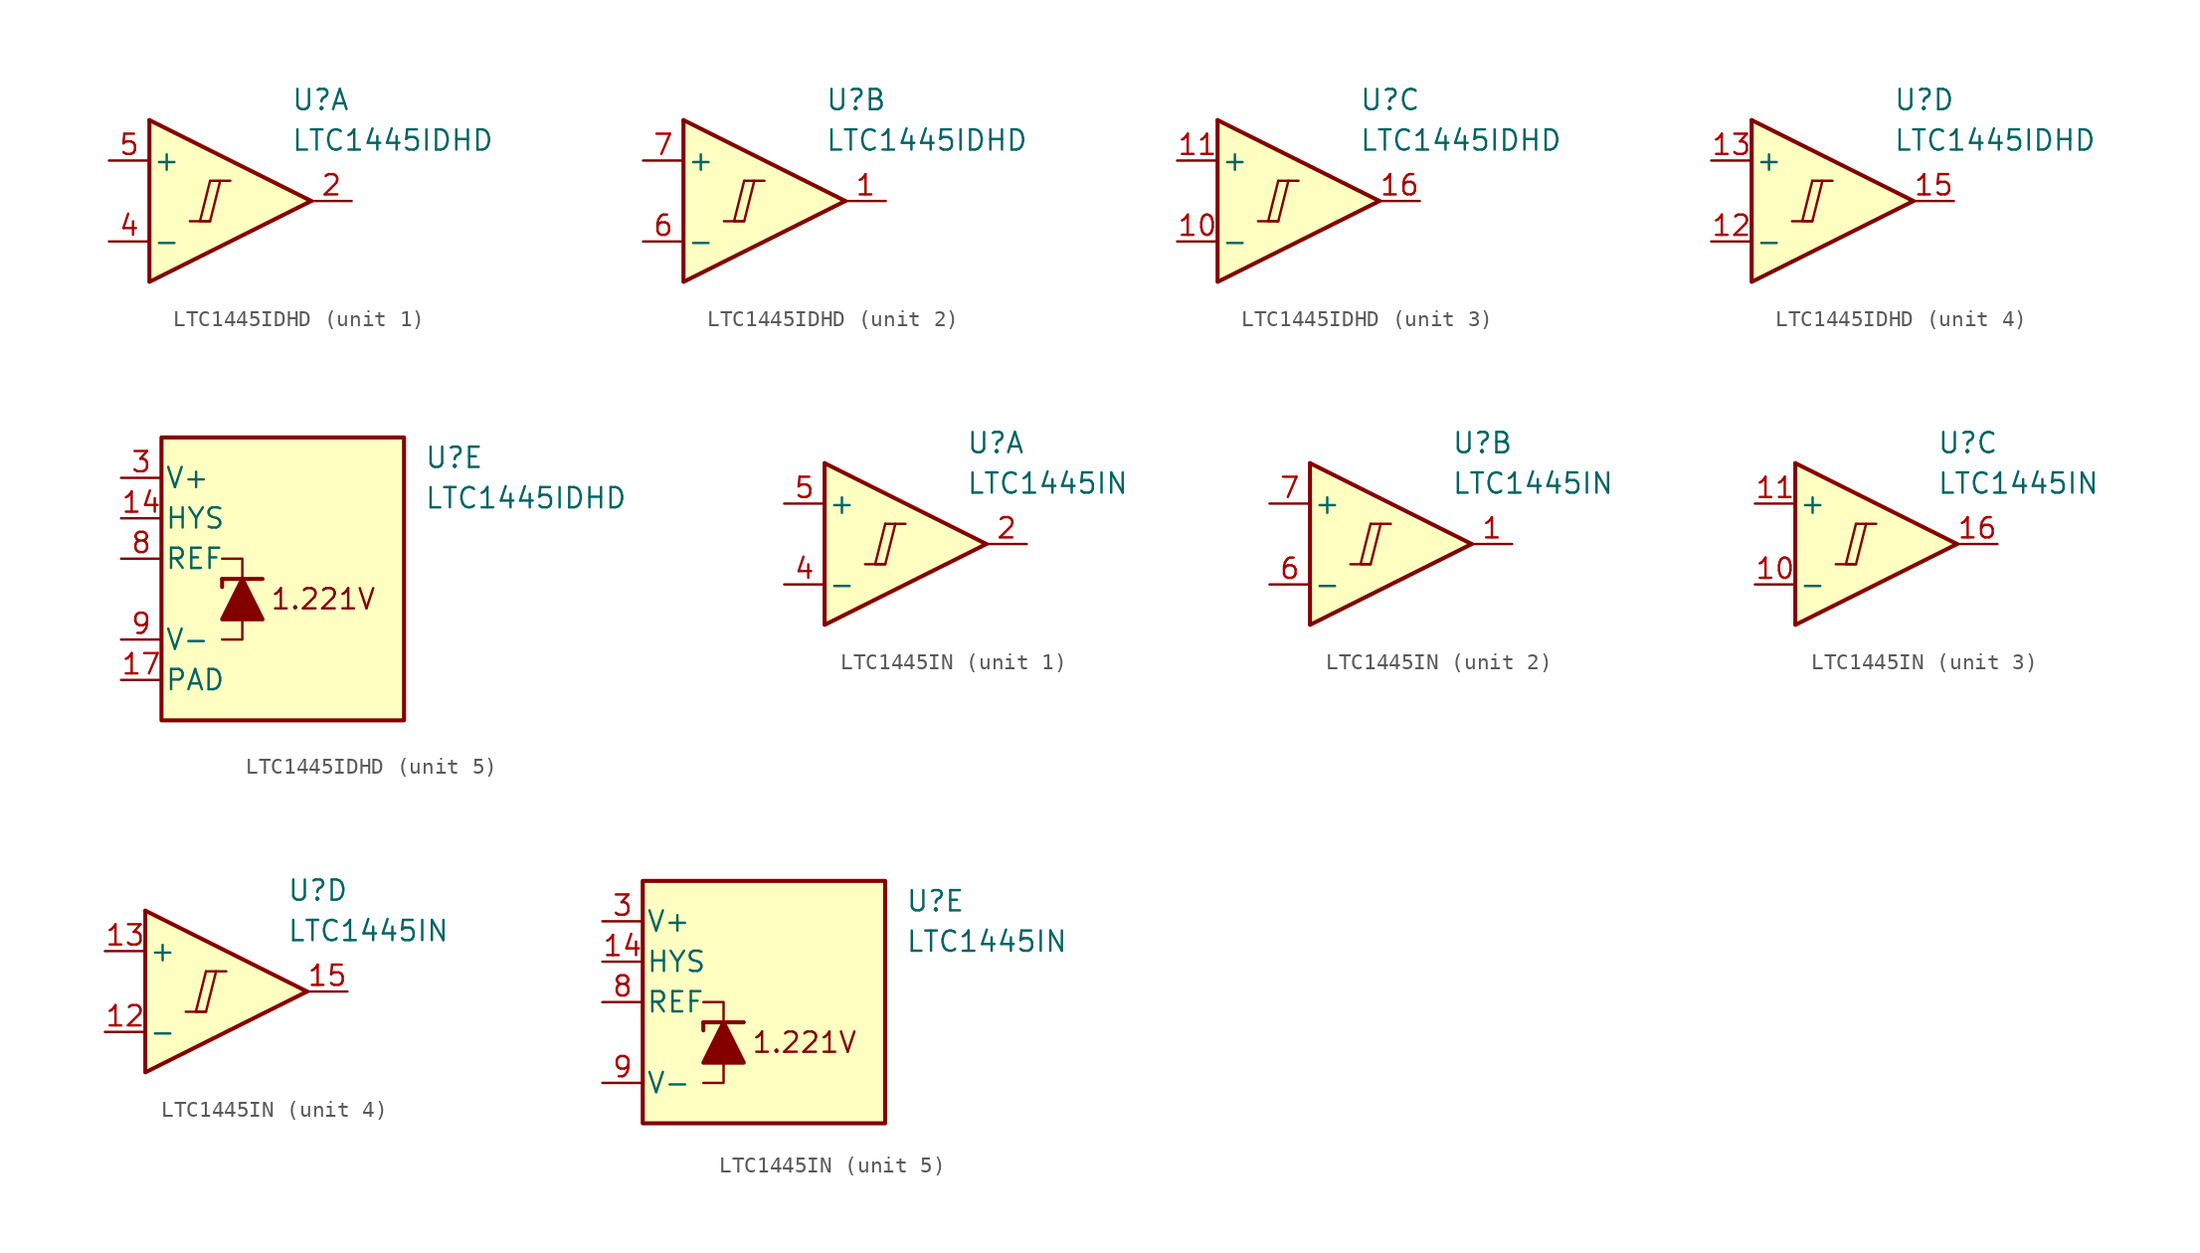
<source format=kicad_sym>
(kicad_symbol_lib
  (version 20231120)
  (generator "kicad_symbol_editor")
  (generator_version "8.0")
  (symbol "LTC1445IDHD"
    (pin_names
      (offset 0.2))
    (property "Reference" "U"
      (at 5.08 6.35 0)
      (effects (font (size 1.27 1.27)) (justify left)))
    (property "Value" "LTC1445IDHD"
      (at 5.08 3.81 0)
      (effects (font (size 1.27 1.27)) (justify left)))
    (property "ki_locked" ""
      (at 0 0 0)
      (effects (font (size 1.27 1.27))))
    (symbol "LTC1445IDHD_1_0"
      (polyline (pts (xy -1.27 -1.27) (xy 0 -1.27)) (stroke (width 0.152) (type default)) (fill (type none)))
      (polyline (pts (xy 0 1.27) (xy 1.27 1.27)) (stroke (width 0.152) (type default)) (fill (type none)))
      (polyline (pts (xy 0 1.27) (xy -0.635 -1.27) (xy 0 -1.27) (xy 0.635 1.27)) (stroke (width 0.152) (type default)) (fill (type none))))
    (symbol "LTC1445IDHD_1_1"
      (polyline (pts (xy -3.81 5.08) (xy 6.35 0)) (stroke (width 0.254) (type default)) (fill (type none)))
      (polyline (pts (xy -3.81 5.08) (xy -3.81 -5.08) (xy 6.35 0)) (stroke (width 0.254) (type default)) (fill (type background)))
      (pin output line (at 8.89 0 180) (length 2.54) (name "~" (effects (font (size 1.27 1.27)))) (number "2" (effects (font (size 1.27 1.27)))))
      (pin input line (at -6.35 -2.54 0) (length 2.54) (name "-" (effects (font (size 1.27 1.27)))) (number "4" (effects (font (size 1.27 1.27)))))
      (pin input line (at -6.35 2.54 0) (length 2.54) (name "+" (effects (font (size 1.27 1.27)))) (number "5" (effects (font (size 1.27 1.27))))))
    (symbol "LTC1445IDHD_2_0"
      (polyline (pts (xy -1.27 -1.27) (xy 0 -1.27)) (stroke (width 0.152) (type default)) (fill (type none)))
      (polyline (pts (xy 0 1.27) (xy 1.27 1.27)) (stroke (width 0.152) (type default)) (fill (type none)))
      (polyline (pts (xy 0 1.27) (xy -0.635 -1.27) (xy 0 -1.27) (xy 0.635 1.27)) (stroke (width 0.152) (type default)) (fill (type none))))
    (symbol "LTC1445IDHD_2_1"
      (polyline (pts (xy -3.81 5.08) (xy 6.35 0)) (stroke (width 0.254) (type default)) (fill (type none)))
      (polyline (pts (xy -3.81 5.08) (xy -3.81 -5.08) (xy 6.35 0)) (stroke (width 0.254) (type default)) (fill (type background)))
      (pin output line (at 8.89 0 180) (length 2.54) (name "~" (effects (font (size 1.27 1.27)))) (number "1" (effects (font (size 1.27 1.27)))))
      (pin input line (at -6.35 -2.54 0) (length 2.54) (name "-" (effects (font (size 1.27 1.27)))) (number "6" (effects (font (size 1.27 1.27)))))
      (pin input line (at -6.35 2.54 0) (length 2.54) (name "+" (effects (font (size 1.27 1.27)))) (number "7" (effects (font (size 1.27 1.27))))))
    (symbol "LTC1445IDHD_3_0"
      (polyline (pts (xy -1.27 -1.27) (xy 0 -1.27)) (stroke (width 0.152) (type default)) (fill (type none)))
      (polyline (pts (xy 0 1.27) (xy 1.27 1.27)) (stroke (width 0.152) (type default)) (fill (type none)))
      (polyline (pts (xy 0 1.27) (xy -0.635 -1.27) (xy 0 -1.27) (xy 0.635 1.27)) (stroke (width 0.152) (type default)) (fill (type none))))
    (symbol "LTC1445IDHD_3_1"
      (polyline (pts (xy -3.81 5.08) (xy 6.35 0)) (stroke (width 0.254) (type default)) (fill (type none)))
      (polyline (pts (xy -3.81 5.08) (xy -3.81 -5.08) (xy 6.35 0)) (stroke (width 0.254) (type default)) (fill (type background)))
      (pin input line (at -6.35 -2.54 0) (length 2.54) (name "-" (effects (font (size 1.27 1.27)))) (number "10" (effects (font (size 1.27 1.27)))))
      (pin input line (at -6.35 2.54 0) (length 2.54) (name "+" (effects (font (size 1.27 1.27)))) (number "11" (effects (font (size 1.27 1.27)))))
      (pin output line (at 8.89 0 180) (length 2.54) (name "~" (effects (font (size 1.27 1.27)))) (number "16" (effects (font (size 1.27 1.27))))))
    (symbol "LTC1445IDHD_4_0"
      (polyline (pts (xy -1.27 -1.27) (xy 0 -1.27)) (stroke (width 0.152) (type default)) (fill (type none)))
      (polyline (pts (xy 0 1.27) (xy 1.27 1.27)) (stroke (width 0.152) (type default)) (fill (type none)))
      (polyline (pts (xy 0 1.27) (xy -0.635 -1.27) (xy 0 -1.27) (xy 0.635 1.27)) (stroke (width 0.152) (type default)) (fill (type none))))
    (symbol "LTC1445IDHD_4_1"
      (polyline (pts (xy -3.81 5.08) (xy 6.35 0)) (stroke (width 0.254) (type default)) (fill (type none)))
      (polyline (pts (xy -3.81 5.08) (xy -3.81 -5.08) (xy 6.35 0)) (stroke (width 0.254) (type default)) (fill (type background)))
      (pin input line (at -6.35 -2.54 0) (length 2.54) (name "-" (effects (font (size 1.27 1.27)))) (number "12" (effects (font (size 1.27 1.27)))))
      (pin input line (at -6.35 2.54 0) (length 2.54) (name "+" (effects (font (size 1.27 1.27)))) (number "13" (effects (font (size 1.27 1.27)))))
      (pin output line (at 8.89 0 180) (length 2.54) (name "~" (effects (font (size 1.27 1.27)))) (number "15" (effects (font (size 1.27 1.27))))))
    (symbol "LTC1445IDHD_5_0"
      (text "1.221V" (at -1.27 -2.54 0) (effects (font (size 1.27 1.27)))))
    (symbol "LTC1445IDHD_5_1"
      (rectangle (start -11.43 7.62) (end 3.81 -10.16) (stroke (width 0.254) (type default)) (fill (type background)))
      (polyline (pts (xy -7.62 -1.27) (xy -7.62 -1.778)) (stroke (width 0.254) (type default)) (fill (type none)))
      (polyline (pts (xy -7.62 -1.27) (xy -5.08 -1.27)) (stroke (width 0.254) (type default)) (fill (type none)))
      (polyline (pts (xy -6.35 -3.81) (xy -6.35 -5.08) (xy -7.62 -5.08)) (stroke (width 0) (type default)) (fill (type none)))
      (polyline (pts (xy -6.35 -1.27) (xy -6.35 0) (xy -7.62 0)) (stroke (width 0) (type default)) (fill (type none)))
      (polyline (pts (xy -5.08 -3.81) (xy -7.62 -3.81) (xy -6.35 -1.27) (xy -5.08 -3.81)) (stroke (width 0.254) (type default)) (fill (type outline)))
      (pin input line (at -13.97 2.54 0) (length 2.54) (name "HYS" (effects (font (size 1.27 1.27)))) (number "14" (effects (font (size 1.27 1.27)))))
      (pin power_in line (at -13.97 -7.62 0) (length 2.54) (name "PAD" (effects (font (size 1.27 1.27)))) (number "17" (effects (font (size 1.27 1.27)))))
      (pin power_in line (at -13.97 5.08 0) (length 2.54) (name "V+" (effects (font (size 1.27 1.27)))) (number "3" (effects (font (size 1.27 1.27)))))
      (pin output line (at -13.97 0 0) (length 2.54) (name "REF" (effects (font (size 1.27 1.27)))) (number "8" (effects (font (size 1.27 1.27)))))
      (pin power_in line (at -13.97 -5.08 0) (length 2.54) (name "V-" (effects (font (size 1.27 1.27)))) (number "9" (effects (font (size 1.27 1.27)))))))
  (symbol "LTC1445IN"
    (pin_names
      (offset 0.2))
    (property "Reference" "U"
      (at 5.08 6.35 0)
      (effects (font (size 1.27 1.27)) (justify left)))
    (property "Value" "LTC1445IN"
      (at 5.08 3.81 0)
      (effects (font (size 1.27 1.27)) (justify left)))
    (property "ki_locked" ""
      (at 0 0 0)
      (effects (font (size 1.27 1.27))))
    (symbol "LTC1445IN_1_0"
      (polyline (pts (xy -1.27 -1.27) (xy 0 -1.27)) (stroke (width 0.152) (type default)) (fill (type none)))
      (polyline (pts (xy 0 1.27) (xy 1.27 1.27)) (stroke (width 0.152) (type default)) (fill (type none)))
      (polyline (pts (xy 0 1.27) (xy -0.635 -1.27) (xy 0 -1.27) (xy 0.635 1.27)) (stroke (width 0.152) (type default)) (fill (type none))))
    (symbol "LTC1445IN_1_1"
      (polyline (pts (xy -3.81 5.08) (xy 6.35 0)) (stroke (width 0.254) (type default)) (fill (type none)))
      (polyline (pts (xy -3.81 5.08) (xy -3.81 -5.08) (xy 6.35 0)) (stroke (width 0.254) (type default)) (fill (type background)))
      (pin output line (at 8.89 0 180) (length 2.54) (name "~" (effects (font (size 1.27 1.27)))) (number "2" (effects (font (size 1.27 1.27)))))
      (pin input line (at -6.35 -2.54 0) (length 2.54) (name "-" (effects (font (size 1.27 1.27)))) (number "4" (effects (font (size 1.27 1.27)))))
      (pin input line (at -6.35 2.54 0) (length 2.54) (name "+" (effects (font (size 1.27 1.27)))) (number "5" (effects (font (size 1.27 1.27))))))
    (symbol "LTC1445IN_2_0"
      (polyline (pts (xy -1.27 -1.27) (xy 0 -1.27)) (stroke (width 0.152) (type default)) (fill (type none)))
      (polyline (pts (xy 0 1.27) (xy 1.27 1.27)) (stroke (width 0.152) (type default)) (fill (type none)))
      (polyline (pts (xy 0 1.27) (xy -0.635 -1.27) (xy 0 -1.27) (xy 0.635 1.27)) (stroke (width 0.152) (type default)) (fill (type none))))
    (symbol "LTC1445IN_2_1"
      (polyline (pts (xy -3.81 5.08) (xy 6.35 0)) (stroke (width 0.254) (type default)) (fill (type none)))
      (polyline (pts (xy -3.81 5.08) (xy -3.81 -5.08) (xy 6.35 0)) (stroke (width 0.254) (type default)) (fill (type background)))
      (pin output line (at 8.89 0 180) (length 2.54) (name "~" (effects (font (size 1.27 1.27)))) (number "1" (effects (font (size 1.27 1.27)))))
      (pin input line (at -6.35 -2.54 0) (length 2.54) (name "-" (effects (font (size 1.27 1.27)))) (number "6" (effects (font (size 1.27 1.27)))))
      (pin input line (at -6.35 2.54 0) (length 2.54) (name "+" (effects (font (size 1.27 1.27)))) (number "7" (effects (font (size 1.27 1.27))))))
    (symbol "LTC1445IN_3_0"
      (polyline (pts (xy -1.27 -1.27) (xy 0 -1.27)) (stroke (width 0.152) (type default)) (fill (type none)))
      (polyline (pts (xy 0 1.27) (xy 1.27 1.27)) (stroke (width 0.152) (type default)) (fill (type none)))
      (polyline (pts (xy 0 1.27) (xy -0.635 -1.27) (xy 0 -1.27) (xy 0.635 1.27)) (stroke (width 0.152) (type default)) (fill (type none))))
    (symbol "LTC1445IN_3_1"
      (polyline (pts (xy -3.81 5.08) (xy 6.35 0)) (stroke (width 0.254) (type default)) (fill (type none)))
      (polyline (pts (xy -3.81 5.08) (xy -3.81 -5.08) (xy 6.35 0)) (stroke (width 0.254) (type default)) (fill (type background)))
      (pin input line (at -6.35 -2.54 0) (length 2.54) (name "-" (effects (font (size 1.27 1.27)))) (number "10" (effects (font (size 1.27 1.27)))))
      (pin input line (at -6.35 2.54 0) (length 2.54) (name "+" (effects (font (size 1.27 1.27)))) (number "11" (effects (font (size 1.27 1.27)))))
      (pin output line (at 8.89 0 180) (length 2.54) (name "~" (effects (font (size 1.27 1.27)))) (number "16" (effects (font (size 1.27 1.27))))))
    (symbol "LTC1445IN_4_0"
      (polyline (pts (xy -1.27 -1.27) (xy 0 -1.27)) (stroke (width 0.152) (type default)) (fill (type none)))
      (polyline (pts (xy 0 1.27) (xy 1.27 1.27)) (stroke (width 0.152) (type default)) (fill (type none)))
      (polyline (pts (xy 0 1.27) (xy -0.635 -1.27) (xy 0 -1.27) (xy 0.635 1.27)) (stroke (width 0.152) (type default)) (fill (type none))))
    (symbol "LTC1445IN_4_1"
      (polyline (pts (xy -3.81 5.08) (xy 6.35 0)) (stroke (width 0.254) (type default)) (fill (type none)))
      (polyline (pts (xy -3.81 5.08) (xy -3.81 -5.08) (xy 6.35 0)) (stroke (width 0.254) (type default)) (fill (type background)))
      (pin input line (at -6.35 -2.54 0) (length 2.54) (name "-" (effects (font (size 1.27 1.27)))) (number "12" (effects (font (size 1.27 1.27)))))
      (pin input line (at -6.35 2.54 0) (length 2.54) (name "+" (effects (font (size 1.27 1.27)))) (number "13" (effects (font (size 1.27 1.27)))))
      (pin output line (at 8.89 0 180) (length 2.54) (name "~" (effects (font (size 1.27 1.27)))) (number "15" (effects (font (size 1.27 1.27))))))
    (symbol "LTC1445IN_5_0"
      (text "1.221V" (at -1.27 -2.54 0) (effects (font (size 1.27 1.27)))))
    (symbol "LTC1445IN_5_1"
      (rectangle (start -11.43 7.62) (end 3.81 -7.62) (stroke (width 0.254) (type default)) (fill (type background)))
      (polyline (pts (xy -7.62 -1.27) (xy -7.62 -1.778)) (stroke (width 0.254) (type default)) (fill (type none)))
      (polyline (pts (xy -7.62 -1.27) (xy -5.08 -1.27)) (stroke (width 0.254) (type default)) (fill (type none)))
      (polyline (pts (xy -6.35 -3.81) (xy -6.35 -5.08) (xy -7.62 -5.08)) (stroke (width 0) (type default)) (fill (type none)))
      (polyline (pts (xy -6.35 -1.27) (xy -6.35 0) (xy -7.62 0)) (stroke (width 0) (type default)) (fill (type none)))
      (polyline (pts (xy -5.08 -3.81) (xy -7.62 -3.81) (xy -6.35 -1.27) (xy -5.08 -3.81)) (stroke (width 0.254) (type default)) (fill (type outline)))
      (pin input line (at -13.97 2.54 0) (length 2.54) (name "HYS" (effects (font (size 1.27 1.27)))) (number "14" (effects (font (size 1.27 1.27)))))
      (pin power_in line (at -13.97 5.08 0) (length 2.54) (name "V+" (effects (font (size 1.27 1.27)))) (number "3" (effects (font (size 1.27 1.27)))))
      (pin output line (at -13.97 0 0) (length 2.54) (name "REF" (effects (font (size 1.27 1.27)))) (number "8" (effects (font (size 1.27 1.27)))))
      (pin power_in line (at -13.97 -5.08 0) (length 2.54) (name "V-" (effects (font (size 1.27 1.27)))) (number "9" (effects (font (size 1.27 1.27))))))))
</source>
